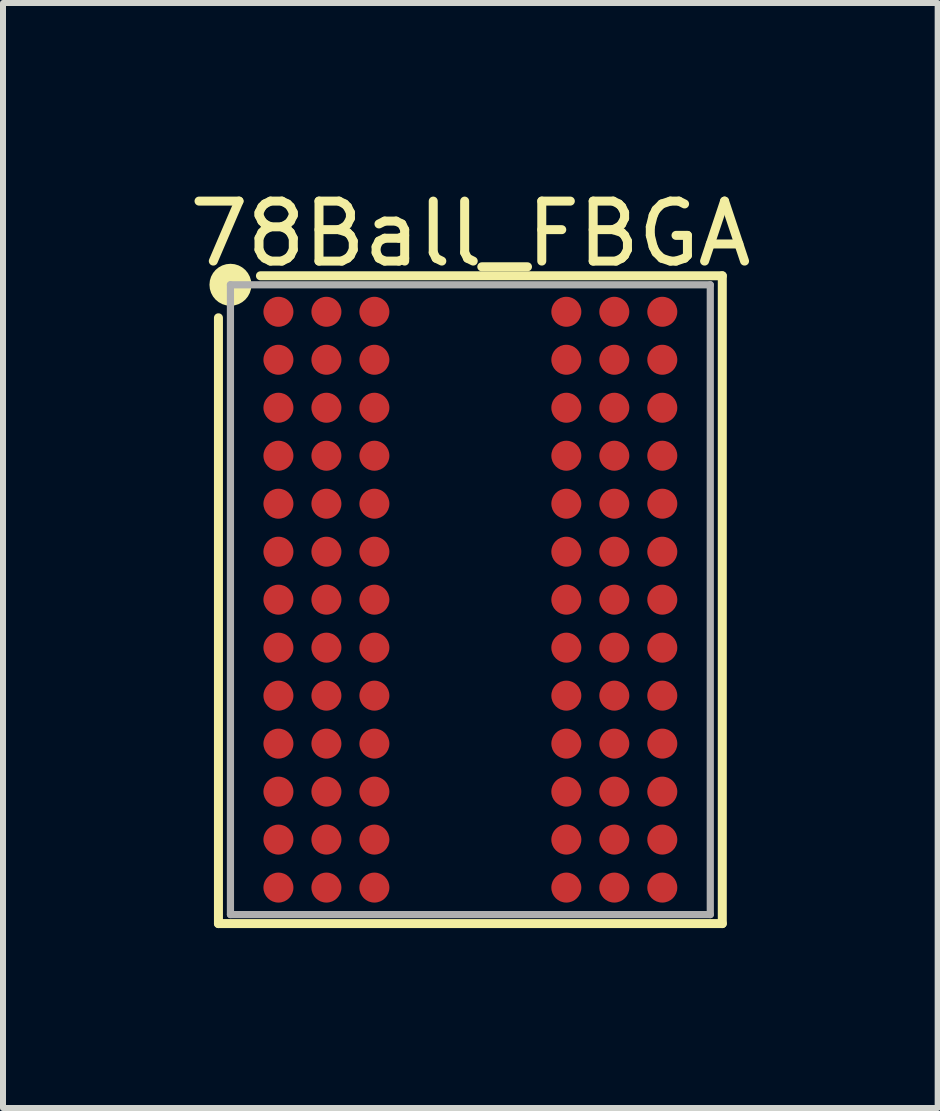
<source format=kicad_pcb>
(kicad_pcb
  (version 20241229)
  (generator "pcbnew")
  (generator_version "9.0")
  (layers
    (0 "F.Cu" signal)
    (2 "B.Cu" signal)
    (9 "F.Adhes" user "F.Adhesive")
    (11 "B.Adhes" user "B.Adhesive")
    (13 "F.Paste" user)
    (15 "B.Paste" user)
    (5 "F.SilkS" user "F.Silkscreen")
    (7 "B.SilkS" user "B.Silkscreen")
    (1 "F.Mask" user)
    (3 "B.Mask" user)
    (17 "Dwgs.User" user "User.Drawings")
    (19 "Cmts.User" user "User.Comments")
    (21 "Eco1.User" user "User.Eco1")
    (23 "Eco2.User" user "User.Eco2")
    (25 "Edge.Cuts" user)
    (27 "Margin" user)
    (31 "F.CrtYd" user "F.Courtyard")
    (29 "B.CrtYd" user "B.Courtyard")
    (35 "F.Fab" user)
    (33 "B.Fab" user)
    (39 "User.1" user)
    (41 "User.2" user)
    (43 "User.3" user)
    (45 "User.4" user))
  (footprint "78Ball_FBGA"
    (layer "F.Cu")
    (at 4.792 6.948)
    (property "Reference" "78Ball_FBGA" (at 0 -6.1 0) (layer "F.SilkS") (effects (font (size 1 1) (thickness 0.15))))
    (attr smd)
    (fp_line (start -4.2 5.4) (end -4.2 -4.7) (stroke (width 0.15) (type solid)) (layer "F.SilkS"))
    (fp_line (start -3.5 -5.4) (end 4.2 -5.4) (stroke (width 0.15) (type solid)) (layer "F.SilkS"))
    (fp_line (start 4.2 -5.4) (end 4.2 5.4) (stroke (width 0.15) (type solid)) (layer "F.SilkS"))
    (fp_line (start 4.2 5.4) (end -4.2 5.4) (stroke (width 0.15) (type solid)) (layer "F.SilkS"))
    (fp_circle (center -4 -5.25) (end -3.8 -5.25) (stroke (width 0.3) (type solid)) (fill no) (layer "F.SilkS"))
    (fp_line (start -4 -5.25) (end 4 -5.25) (stroke (width 0.12) (type solid)) (layer "F.Fab"))
    (fp_line (start -4 5.25) (end -4 -5.25) (stroke (width 0.12) (type solid)) (layer "F.Fab"))
    (fp_line (start 4 -5.25) (end 4 5.25) (stroke (width 0.12) (type solid)) (layer "F.Fab"))
    (fp_line (start 4 5.25) (end -4 5.25) (stroke (width 0.12) (type solid)) (layer "F.Fab"))
    (pad "A1" smd circle (at -3.2 -4.8) (size 0.5 0.5) (layers "F.Cu" "F.Mask" "F.Paste"))
    (pad "A2" smd circle (at -2.4 -4.8) (size 0.5 0.5) (layers "F.Cu" "F.Mask" "F.Paste"))
    (pad "A3" smd circle (at -1.6 -4.8) (size 0.5 0.5) (layers "F.Cu" "F.Mask" "F.Paste"))
    (pad "A7" smd circle (at 1.6 -4.8) (size 0.5 0.5) (layers "F.Cu" "F.Mask" "F.Paste"))
    (pad "A8" smd circle (at 2.4 -4.8) (size 0.5 0.5) (layers "F.Cu" "F.Mask" "F.Paste"))
    (pad "A9" smd circle (at 3.2 -4.8) (size 0.5 0.5) (layers "F.Cu" "F.Mask" "F.Paste"))
    (pad "B1" smd circle (at -3.2 -4) (size 0.5 0.5) (layers "F.Cu" "F.Mask" "F.Paste"))
    (pad "B2" smd circle (at -2.4 -4) (size 0.5 0.5) (layers "F.Cu" "F.Mask" "F.Paste"))
    (pad "B3" smd circle (at -1.6 -4) (size 0.5 0.5) (layers "F.Cu" "F.Mask" "F.Paste"))
    (pad "B7" smd circle (at 1.6 -4) (size 0.5 0.5) (layers "F.Cu" "F.Mask" "F.Paste"))
    (pad "B8" smd circle (at 2.4 -4) (size 0.5 0.5) (layers "F.Cu" "F.Mask" "F.Paste"))
    (pad "B9" smd circle (at 3.2 -4) (size 0.5 0.5) (layers "F.Cu" "F.Mask" "F.Paste"))
    (pad "C1" smd circle (at -3.2 -3.2) (size 0.5 0.5) (layers "F.Cu" "F.Mask" "F.Paste"))
    (pad "C2" smd circle (at -2.4 -3.2) (size 0.5 0.5) (layers "F.Cu" "F.Mask" "F.Paste"))
    (pad "C3" smd circle (at -1.6 -3.2) (size 0.5 0.5) (layers "F.Cu" "F.Mask" "F.Paste"))
    (pad "C7" smd circle (at 1.6 -3.2) (size 0.5 0.5) (layers "F.Cu" "F.Mask" "F.Paste"))
    (pad "C8" smd circle (at 2.4 -3.2) (size 0.5 0.5) (layers "F.Cu" "F.Mask" "F.Paste"))
    (pad "C9" smd circle (at 3.2 -3.2) (size 0.5 0.5) (layers "F.Cu" "F.Mask" "F.Paste"))
    (pad "D1" smd circle (at -3.2 -2.4) (size 0.5 0.5) (layers "F.Cu" "F.Mask" "F.Paste"))
    (pad "D2" smd circle (at -2.4 -2.4) (size 0.5 0.5) (layers "F.Cu" "F.Mask" "F.Paste"))
    (pad "D3" smd circle (at -1.6 -2.4) (size 0.5 0.5) (layers "F.Cu" "F.Mask" "F.Paste"))
    (pad "D7" smd circle (at 1.6 -2.4) (size 0.5 0.5) (layers "F.Cu" "F.Mask" "F.Paste"))
    (pad "D8" smd circle (at 2.4 -2.4) (size 0.5 0.5) (layers "F.Cu" "F.Mask" "F.Paste"))
    (pad "D9" smd circle (at 3.2 -2.4) (size 0.5 0.5) (layers "F.Cu" "F.Mask" "F.Paste"))
    (pad "E1" smd circle (at -3.2 -1.6) (size 0.5 0.5) (layers "F.Cu" "F.Mask" "F.Paste"))
    (pad "E2" smd circle (at -2.4 -1.6) (size 0.5 0.5) (layers "F.Cu" "F.Mask" "F.Paste"))
    (pad "E3" smd circle (at -1.6 -1.6) (size 0.5 0.5) (layers "F.Cu" "F.Mask" "F.Paste"))
    (pad "E7" smd circle (at 1.6 -1.6) (size 0.5 0.5) (layers "F.Cu" "F.Mask" "F.Paste"))
    (pad "E8" smd circle (at 2.4 -1.6) (size 0.5 0.5) (layers "F.Cu" "F.Mask" "F.Paste"))
    (pad "E9" smd circle (at 3.2 -1.6) (size 0.5 0.5) (layers "F.Cu" "F.Mask" "F.Paste"))
    (pad "F1" smd circle (at -3.2 -0.8) (size 0.5 0.5) (layers "F.Cu" "F.Mask" "F.Paste"))
    (pad "F2" smd circle (at -2.4 -0.8) (size 0.5 0.5) (layers "F.Cu" "F.Mask" "F.Paste"))
    (pad "F3" smd circle (at -1.6 -0.8) (size 0.5 0.5) (layers "F.Cu" "F.Mask" "F.Paste"))
    (pad "F7" smd circle (at 1.6 -0.8) (size 0.5 0.5) (layers "F.Cu" "F.Mask" "F.Paste"))
    (pad "F8" smd circle (at 2.4 -0.8) (size 0.5 0.5) (layers "F.Cu" "F.Mask" "F.Paste"))
    (pad "F9" smd circle (at 3.2 -0.8) (size 0.5 0.5) (layers "F.Cu" "F.Mask" "F.Paste"))
    (pad "G1" smd circle (at -3.2 0) (size 0.5 0.5) (layers "F.Cu" "F.Mask" "F.Paste"))
    (pad "G2" smd circle (at -2.4 0) (size 0.5 0.5) (layers "F.Cu" "F.Mask" "F.Paste"))
    (pad "G3" smd circle (at -1.6 0) (size 0.5 0.5) (layers "F.Cu" "F.Mask" "F.Paste"))
    (pad "G7" smd circle (at 1.6 0) (size 0.5 0.5) (layers "F.Cu" "F.Mask" "F.Paste"))
    (pad "G8" smd circle (at 2.4 0) (size 0.5 0.5) (layers "F.Cu" "F.Mask" "F.Paste"))
    (pad "G9" smd circle (at 3.2 0) (size 0.5 0.5) (layers "F.Cu" "F.Mask" "F.Paste"))
    (pad "H1" smd circle (at -3.2 0.8) (size 0.5 0.5) (layers "F.Cu" "F.Mask" "F.Paste"))
    (pad "H2" smd circle (at -2.4 0.8) (size 0.5 0.5) (layers "F.Cu" "F.Mask" "F.Paste"))
    (pad "H3" smd circle (at -1.6 0.8) (size 0.5 0.5) (layers "F.Cu" "F.Mask" "F.Paste"))
    (pad "H7" smd circle (at 1.6 0.8) (size 0.5 0.5) (layers "F.Cu" "F.Mask" "F.Paste"))
    (pad "H8" smd circle (at 2.4 0.8) (size 0.5 0.5) (layers "F.Cu" "F.Mask" "F.Paste"))
    (pad "H9" smd circle (at 3.2 0.8) (size 0.5 0.5) (layers "F.Cu" "F.Mask" "F.Paste"))
    (pad "J1" smd circle (at -3.2 1.6) (size 0.5 0.5) (layers "F.Cu" "F.Mask" "F.Paste"))
    (pad "J2" smd circle (at -2.4 1.6) (size 0.5 0.5) (layers "F.Cu" "F.Mask" "F.Paste"))
    (pad "J3" smd circle (at -1.6 1.6) (size 0.5 0.5) (layers "F.Cu" "F.Mask" "F.Paste"))
    (pad "J7" smd circle (at 1.6 1.6) (size 0.5 0.5) (layers "F.Cu" "F.Mask" "F.Paste"))
    (pad "J8" smd circle (at 2.4 1.6) (size 0.5 0.5) (layers "F.Cu" "F.Mask" "F.Paste"))
    (pad "J9" smd circle (at 3.2 1.6) (size 0.5 0.5) (layers "F.Cu" "F.Mask" "F.Paste"))
    (pad "K1" smd circle (at -3.2 2.4) (size 0.5 0.5) (layers "F.Cu" "F.Mask" "F.Paste"))
    (pad "K2" smd circle (at -2.4 2.4) (size 0.5 0.5) (layers "F.Cu" "F.Mask" "F.Paste"))
    (pad "K3" smd circle (at -1.6 2.4) (size 0.5 0.5) (layers "F.Cu" "F.Mask" "F.Paste"))
    (pad "K7" smd circle (at 1.6 2.4) (size 0.5 0.5) (layers "F.Cu" "F.Mask" "F.Paste"))
    (pad "K8" smd circle (at 2.4 2.4) (size 0.5 0.5) (layers "F.Cu" "F.Mask" "F.Paste"))
    (pad "K9" smd circle (at 3.2 2.4) (size 0.5 0.5) (layers "F.Cu" "F.Mask" "F.Paste"))
    (pad "L1" smd circle (at -3.2 3.2) (size 0.5 0.5) (layers "F.Cu" "F.Mask" "F.Paste"))
    (pad "L2" smd circle (at -2.4 3.2) (size 0.5 0.5) (layers "F.Cu" "F.Mask" "F.Paste"))
    (pad "L3" smd circle (at -1.6 3.2) (size 0.5 0.5) (layers "F.Cu" "F.Mask" "F.Paste"))
    (pad "L7" smd circle (at 1.6 3.2) (size 0.5 0.5) (layers "F.Cu" "F.Mask" "F.Paste"))
    (pad "L8" smd circle (at 2.4 3.2) (size 0.5 0.5) (layers "F.Cu" "F.Mask" "F.Paste"))
    (pad "L9" smd circle (at 3.2 3.2) (size 0.5 0.5) (layers "F.Cu" "F.Mask" "F.Paste"))
    (pad "M1" smd circle (at -3.2 4) (size 0.5 0.5) (layers "F.Cu" "F.Mask" "F.Paste"))
    (pad "M2" smd circle (at -2.4 4) (size 0.5 0.5) (layers "F.Cu" "F.Mask" "F.Paste"))
    (pad "M3" smd circle (at -1.6 4) (size 0.5 0.5) (layers "F.Cu" "F.Mask" "F.Paste"))
    (pad "M7" smd circle (at 1.6 4) (size 0.5 0.5) (layers "F.Cu" "F.Mask" "F.Paste"))
    (pad "M8" smd circle (at 2.4 4) (size 0.5 0.5) (layers "F.Cu" "F.Mask" "F.Paste"))
    (pad "M9" smd circle (at 3.2 4) (size 0.5 0.5) (layers "F.Cu" "F.Mask" "F.Paste"))
    (pad "N1" smd circle (at -3.2 4.8) (size 0.5 0.5) (layers "F.Cu" "F.Mask" "F.Paste"))
    (pad "N2" smd circle (at -2.4 4.8) (size 0.5 0.5) (layers "F.Cu" "F.Mask" "F.Paste"))
    (pad "N3" smd circle (at -1.6 4.8) (size 0.5 0.5) (layers "F.Cu" "F.Mask" "F.Paste"))
    (pad "N7" smd circle (at 1.6 4.8) (size 0.5 0.5) (layers "F.Cu" "F.Mask" "F.Paste"))
    (pad "N8" smd circle (at 2.4 4.8) (size 0.5 0.5) (layers "F.Cu" "F.Mask" "F.Paste"))
    (pad "N9" smd circle (at 3.2 4.8) (size 0.5 0.5) (layers "F.Cu" "F.Mask" "F.Paste")))
  (gr_rect
    (start -3 -3)
    (end 12.583 15.423)
    (stroke (width 0.1) (type default))
    (fill no)
    (layer "Edge.Cuts")))
</source>
